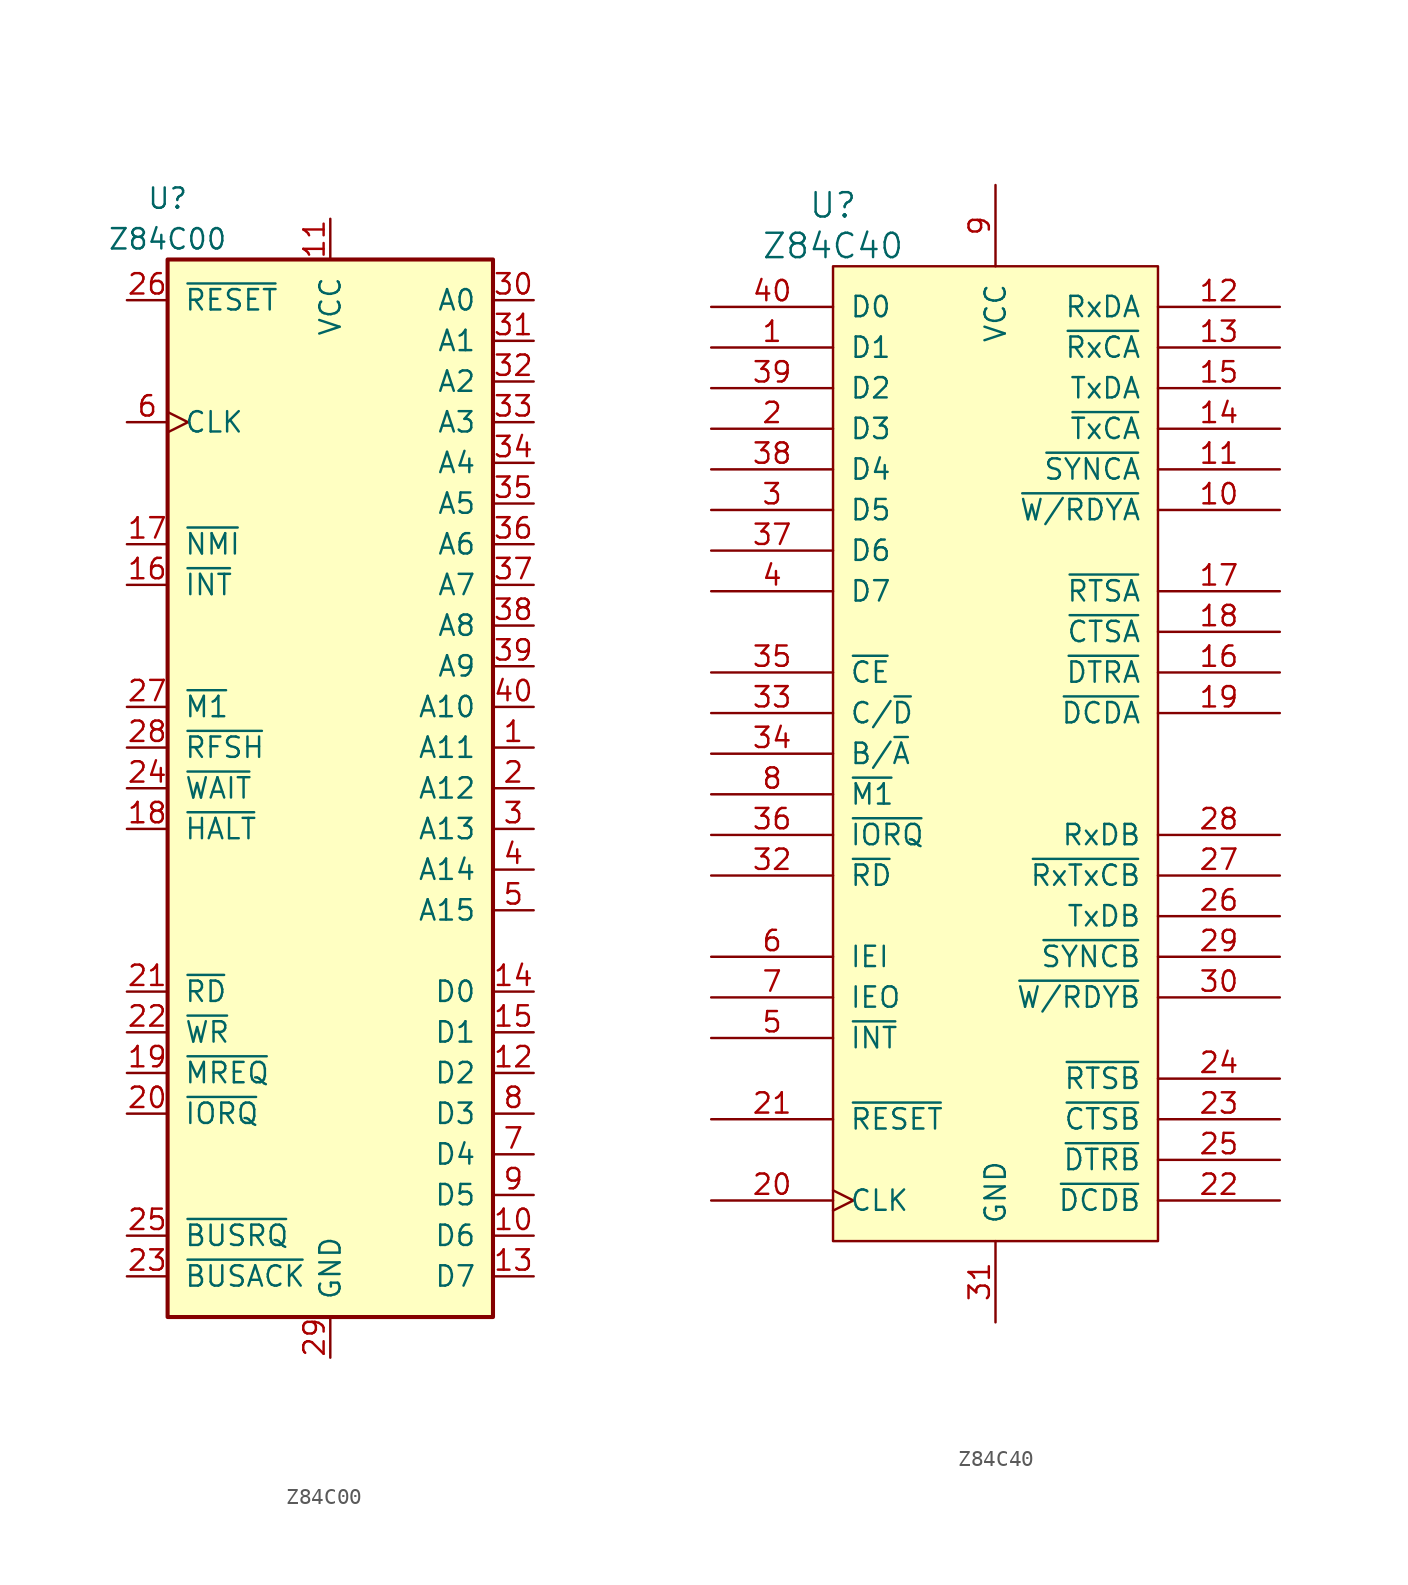
<source format=kicad_sym>
(kicad_symbol_lib
  (version 20211014)
  (generator kicad_symbol_editor)
  (symbol "Z84C00"
    (pin_names
      (offset 1.016))
    (property "Reference" "U"
      (at -10.16 36.83 0)
      (effects (font (size 1.27 1.27))))
    (property "Value" "Z84C00"
      (at -10.16 34.29 0)
      (effects (font (size 1.27 1.27))))
    (symbol "Z84C00_0_1"
      (rectangle (start -10.16 33.02) (end 10.16 -33.02) (stroke (width 0.254) (type default) (color 0 0 0 0)) (fill (type background))))
    (symbol "Z84C00_1_1"
      (pin output line (at 12.7 2.54 180) (length 2.54) (name "A11" (effects (font (size 1.27 1.27)))) (number "1" (effects (font (size 1.27 1.27)))))
      (pin bidirectional line (at 12.7 -27.94 180) (length 2.54) (name "D6" (effects (font (size 1.27 1.27)))) (number "10" (effects (font (size 1.27 1.27)))))
      (pin power_in line (at 0 35.56 270) (length 2.54) (name "VCC" (effects (font (size 1.27 1.27)))) (number "11" (effects (font (size 1.27 1.27)))))
      (pin bidirectional line (at 12.7 -17.78 180) (length 2.54) (name "D2" (effects (font (size 1.27 1.27)))) (number "12" (effects (font (size 1.27 1.27)))))
      (pin bidirectional line (at 12.7 -30.48 180) (length 2.54) (name "D7" (effects (font (size 1.27 1.27)))) (number "13" (effects (font (size 1.27 1.27)))))
      (pin bidirectional line (at 12.7 -12.7 180) (length 2.54) (name "D0" (effects (font (size 1.27 1.27)))) (number "14" (effects (font (size 1.27 1.27)))))
      (pin bidirectional line (at 12.7 -15.24 180) (length 2.54) (name "D1" (effects (font (size 1.27 1.27)))) (number "15" (effects (font (size 1.27 1.27)))))
      (pin input line (at -12.7 12.7 0) (length 2.54) (name "~{INT}" (effects (font (size 1.27 1.27)))) (number "16" (effects (font (size 1.27 1.27)))))
      (pin input line (at -12.7 15.24 0) (length 2.54) (name "~{NMI}" (effects (font (size 1.27 1.27)))) (number "17" (effects (font (size 1.27 1.27)))))
      (pin output line (at -12.7 -2.54 0) (length 2.54) (name "~{HALT}" (effects (font (size 1.27 1.27)))) (number "18" (effects (font (size 1.27 1.27)))))
      (pin output line (at -12.7 -17.78 0) (length 2.54) (name "~{MREQ}" (effects (font (size 1.27 1.27)))) (number "19" (effects (font (size 1.27 1.27)))))
      (pin output line (at 12.7 0 180) (length 2.54) (name "A12" (effects (font (size 1.27 1.27)))) (number "2" (effects (font (size 1.27 1.27)))))
      (pin output line (at -12.7 -20.32 0) (length 2.54) (name "~{IORQ}" (effects (font (size 1.27 1.27)))) (number "20" (effects (font (size 1.27 1.27)))))
      (pin output line (at -12.7 -12.7 0) (length 2.54) (name "~{RD}" (effects (font (size 1.27 1.27)))) (number "21" (effects (font (size 1.27 1.27)))))
      (pin output line (at -12.7 -15.24 0) (length 2.54) (name "~{WR}" (effects (font (size 1.27 1.27)))) (number "22" (effects (font (size 1.27 1.27)))))
      (pin output line (at -12.7 -30.48 0) (length 2.54) (name "~{BUSACK}" (effects (font (size 1.27 1.27)))) (number "23" (effects (font (size 1.27 1.27)))))
      (pin input line (at -12.7 0 0) (length 2.54) (name "~{WAIT}" (effects (font (size 1.27 1.27)))) (number "24" (effects (font (size 1.27 1.27)))))
      (pin input line (at -12.7 -27.94 0) (length 2.54) (name "~{BUSRQ}" (effects (font (size 1.27 1.27)))) (number "25" (effects (font (size 1.27 1.27)))))
      (pin input line (at -12.7 30.48 0) (length 2.54) (name "~{RESET}" (effects (font (size 1.27 1.27)))) (number "26" (effects (font (size 1.27 1.27)))))
      (pin output line (at -12.7 5.08 0) (length 2.54) (name "~{M1}" (effects (font (size 1.27 1.27)))) (number "27" (effects (font (size 1.27 1.27)))))
      (pin output line (at -12.7 2.54 0) (length 2.54) (name "~{RFSH}" (effects (font (size 1.27 1.27)))) (number "28" (effects (font (size 1.27 1.27)))))
      (pin power_in line (at 0 -35.56 90) (length 2.54) (name "GND" (effects (font (size 1.27 1.27)))) (number "29" (effects (font (size 1.27 1.27)))))
      (pin output line (at 12.7 -2.54 180) (length 2.54) (name "A13" (effects (font (size 1.27 1.27)))) (number "3" (effects (font (size 1.27 1.27)))))
      (pin output line (at 12.7 30.48 180) (length 2.54) (name "A0" (effects (font (size 1.27 1.27)))) (number "30" (effects (font (size 1.27 1.27)))))
      (pin output line (at 12.7 27.94 180) (length 2.54) (name "A1" (effects (font (size 1.27 1.27)))) (number "31" (effects (font (size 1.27 1.27)))))
      (pin output line (at 12.7 25.4 180) (length 2.54) (name "A2" (effects (font (size 1.27 1.27)))) (number "32" (effects (font (size 1.27 1.27)))))
      (pin output line (at 12.7 22.86 180) (length 2.54) (name "A3" (effects (font (size 1.27 1.27)))) (number "33" (effects (font (size 1.27 1.27)))))
      (pin output line (at 12.7 20.32 180) (length 2.54) (name "A4" (effects (font (size 1.27 1.27)))) (number "34" (effects (font (size 1.27 1.27)))))
      (pin output line (at 12.7 17.78 180) (length 2.54) (name "A5" (effects (font (size 1.27 1.27)))) (number "35" (effects (font (size 1.27 1.27)))))
      (pin output line (at 12.7 15.24 180) (length 2.54) (name "A6" (effects (font (size 1.27 1.27)))) (number "36" (effects (font (size 1.27 1.27)))))
      (pin output line (at 12.7 12.7 180) (length 2.54) (name "A7" (effects (font (size 1.27 1.27)))) (number "37" (effects (font (size 1.27 1.27)))))
      (pin output line (at 12.7 10.16 180) (length 2.54) (name "A8" (effects (font (size 1.27 1.27)))) (number "38" (effects (font (size 1.27 1.27)))))
      (pin output line (at 12.7 7.62 180) (length 2.54) (name "A9" (effects (font (size 1.27 1.27)))) (number "39" (effects (font (size 1.27 1.27)))))
      (pin output line (at 12.7 -5.08 180) (length 2.54) (name "A14" (effects (font (size 1.27 1.27)))) (number "4" (effects (font (size 1.27 1.27)))))
      (pin output line (at 12.7 5.08 180) (length 2.54) (name "A10" (effects (font (size 1.27 1.27)))) (number "40" (effects (font (size 1.27 1.27)))))
      (pin output line (at 12.7 -7.62 180) (length 2.54) (name "A15" (effects (font (size 1.27 1.27)))) (number "5" (effects (font (size 1.27 1.27)))))
      (pin input clock (at -12.7 22.86 0) (length 2.54) (name "CLK" (effects (font (size 1.27 1.27)))) (number "6" (effects (font (size 1.27 1.27)))))
      (pin bidirectional line (at 12.7 -22.86 180) (length 2.54) (name "D4" (effects (font (size 1.27 1.27)))) (number "7" (effects (font (size 1.27 1.27)))))
      (pin bidirectional line (at 12.7 -20.32 180) (length 2.54) (name "D3" (effects (font (size 1.27 1.27)))) (number "8" (effects (font (size 1.27 1.27)))))
      (pin bidirectional line (at 12.7 -25.4 180) (length 2.54) (name "D5" (effects (font (size 1.27 1.27)))) (number "9" (effects (font (size 1.27 1.27)))))))
  (symbol "Z84C40"
    (pin_names
      (offset 1.016))
    (property "Reference" "U"
      (at -10.16 34.29 0)
      (effects (font (size 1.524 1.524))))
    (property "Value" "Z84C40"
      (at -10.16 31.75 0)
      (effects (font (size 1.524 1.524))))
    (property "Footprint" ""
      (at 0 -2.54 0)
      (effects (font (size 1.524 1.524))))
    (property "Datasheet" ""
      (at 0 -2.54 0)
      (effects (font (size 1.524 1.524))))
    (symbol "Z84C40_0_1"
      (rectangle (start -10.16 30.48) (end 10.16 -30.48) (stroke (width 0) (type default) (color 0 0 0 0)) (fill (type background))))
    (symbol "Z84C40_1_1"
      (pin bidirectional line (at -17.78 25.4 0) (length 7.62) (name "D1" (effects (font (size 1.27 1.27)))) (number "1" (effects (font (size 1.27 1.27)))))
      (pin output line (at 17.78 15.24 180) (length 7.62) (name "~{W/RDYA}" (effects (font (size 1.27 1.27)))) (number "10" (effects (font (size 1.27 1.27)))))
      (pin output line (at 17.78 17.78 180) (length 7.62) (name "~{SYNCA}" (effects (font (size 1.27 1.27)))) (number "11" (effects (font (size 1.27 1.27)))))
      (pin input line (at 17.78 27.94 180) (length 7.62) (name "RxDA" (effects (font (size 1.27 1.27)))) (number "12" (effects (font (size 1.27 1.27)))))
      (pin input line (at 17.78 25.4 180) (length 7.62) (name "~{RxCA}" (effects (font (size 1.27 1.27)))) (number "13" (effects (font (size 1.27 1.27)))))
      (pin input line (at 17.78 20.32 180) (length 7.62) (name "~{TxCA}" (effects (font (size 1.27 1.27)))) (number "14" (effects (font (size 1.27 1.27)))))
      (pin output line (at 17.78 22.86 180) (length 7.62) (name "TxDA" (effects (font (size 1.27 1.27)))) (number "15" (effects (font (size 1.27 1.27)))))
      (pin output line (at 17.78 5.08 180) (length 7.62) (name "~{DTRA}" (effects (font (size 1.27 1.27)))) (number "16" (effects (font (size 1.27 1.27)))))
      (pin output line (at 17.78 10.16 180) (length 7.62) (name "~{RTSA}" (effects (font (size 1.27 1.27)))) (number "17" (effects (font (size 1.27 1.27)))))
      (pin input line (at 17.78 7.62 180) (length 7.62) (name "~{CTSA}" (effects (font (size 1.27 1.27)))) (number "18" (effects (font (size 1.27 1.27)))))
      (pin input line (at 17.78 2.54 180) (length 7.62) (name "~{DCDA}" (effects (font (size 1.27 1.27)))) (number "19" (effects (font (size 1.27 1.27)))))
      (pin bidirectional line (at -17.78 20.32 0) (length 7.62) (name "D3" (effects (font (size 1.27 1.27)))) (number "2" (effects (font (size 1.27 1.27)))))
      (pin input clock (at -17.78 -27.94 0) (length 7.62) (name "CLK" (effects (font (size 1.27 1.27)))) (number "20" (effects (font (size 1.27 1.27)))))
      (pin input line (at -17.78 -22.86 0) (length 7.62) (name "~{RESET}" (effects (font (size 1.27 1.27)))) (number "21" (effects (font (size 1.27 1.27)))))
      (pin input line (at 17.78 -27.94 180) (length 7.62) (name "~{DCDB}" (effects (font (size 1.27 1.27)))) (number "22" (effects (font (size 1.27 1.27)))))
      (pin input line (at 17.78 -22.86 180) (length 7.62) (name "~{CTSB}" (effects (font (size 1.27 1.27)))) (number "23" (effects (font (size 1.27 1.27)))))
      (pin output line (at 17.78 -20.32 180) (length 7.62) (name "~{RTSB}" (effects (font (size 1.27 1.27)))) (number "24" (effects (font (size 1.27 1.27)))))
      (pin output line (at 17.78 -25.4 180) (length 7.62) (name "~{DTRB}" (effects (font (size 1.27 1.27)))) (number "25" (effects (font (size 1.27 1.27)))))
      (pin output line (at 17.78 -10.16 180) (length 7.62) (name "TxDB" (effects (font (size 1.27 1.27)))) (number "26" (effects (font (size 1.27 1.27)))))
      (pin input line (at 17.78 -7.62 180) (length 7.62) (name "~{RxTxCB}" (effects (font (size 1.27 1.27)))) (number "27" (effects (font (size 1.27 1.27)))))
      (pin input line (at 17.78 -5.08 180) (length 7.62) (name "RxDB" (effects (font (size 1.27 1.27)))) (number "28" (effects (font (size 1.27 1.27)))))
      (pin output line (at 17.78 -12.7 180) (length 7.62) (name "~{SYNCB}" (effects (font (size 1.27 1.27)))) (number "29" (effects (font (size 1.27 1.27)))))
      (pin bidirectional line (at -17.78 15.24 0) (length 7.62) (name "D5" (effects (font (size 1.27 1.27)))) (number "3" (effects (font (size 1.27 1.27)))))
      (pin output line (at 17.78 -15.24 180) (length 7.62) (name "~{W/RDYB}" (effects (font (size 1.27 1.27)))) (number "30" (effects (font (size 1.27 1.27)))))
      (pin power_in line (at 0 -35.56 90) (length 5.08) (name "GND" (effects (font (size 1.27 1.27)))) (number "31" (effects (font (size 1.27 1.27)))))
      (pin input line (at -17.78 -7.62 0) (length 7.62) (name "~{RD}" (effects (font (size 1.27 1.27)))) (number "32" (effects (font (size 1.27 1.27)))))
      (pin input line (at -17.78 2.54 0) (length 7.62) (name "C/~{D}" (effects (font (size 1.27 1.27)))) (number "33" (effects (font (size 1.27 1.27)))))
      (pin input line (at -17.78 0 0) (length 7.62) (name "B/~{A}" (effects (font (size 1.27 1.27)))) (number "34" (effects (font (size 1.27 1.27)))))
      (pin input line (at -17.78 5.08 0) (length 7.62) (name "~{CE}" (effects (font (size 1.27 1.27)))) (number "35" (effects (font (size 1.27 1.27)))))
      (pin input line (at -17.78 -5.08 0) (length 7.62) (name "~{IORQ}" (effects (font (size 1.27 1.27)))) (number "36" (effects (font (size 1.27 1.27)))))
      (pin bidirectional line (at -17.78 12.7 0) (length 7.62) (name "D6" (effects (font (size 1.27 1.27)))) (number "37" (effects (font (size 1.27 1.27)))))
      (pin bidirectional line (at -17.78 17.78 0) (length 7.62) (name "D4" (effects (font (size 1.27 1.27)))) (number "38" (effects (font (size 1.27 1.27)))))
      (pin bidirectional line (at -17.78 22.86 0) (length 7.62) (name "D2" (effects (font (size 1.27 1.27)))) (number "39" (effects (font (size 1.27 1.27)))))
      (pin bidirectional line (at -17.78 10.16 0) (length 7.62) (name "D7" (effects (font (size 1.27 1.27)))) (number "4" (effects (font (size 1.27 1.27)))))
      (pin bidirectional line (at -17.78 27.94 0) (length 7.62) (name "D0" (effects (font (size 1.27 1.27)))) (number "40" (effects (font (size 1.27 1.27)))))
      (pin open_collector line (at -17.78 -17.78 0) (length 7.62) (name "~{INT}" (effects (font (size 1.27 1.27)))) (number "5" (effects (font (size 1.27 1.27)))))
      (pin input line (at -17.78 -12.7 0) (length 7.62) (name "IEI" (effects (font (size 1.27 1.27)))) (number "6" (effects (font (size 1.27 1.27)))))
      (pin output line (at -17.78 -15.24 0) (length 7.62) (name "IEO" (effects (font (size 1.27 1.27)))) (number "7" (effects (font (size 1.27 1.27)))))
      (pin input line (at -17.78 -2.54 0) (length 7.62) (name "~{M1}" (effects (font (size 1.27 1.27)))) (number "8" (effects (font (size 1.27 1.27)))))
      (pin power_in line (at 0 35.56 270) (length 5.08) (name "VCC" (effects (font (size 1.27 1.27)))) (number "9" (effects (font (size 1.27 1.27))))))))
</source>
